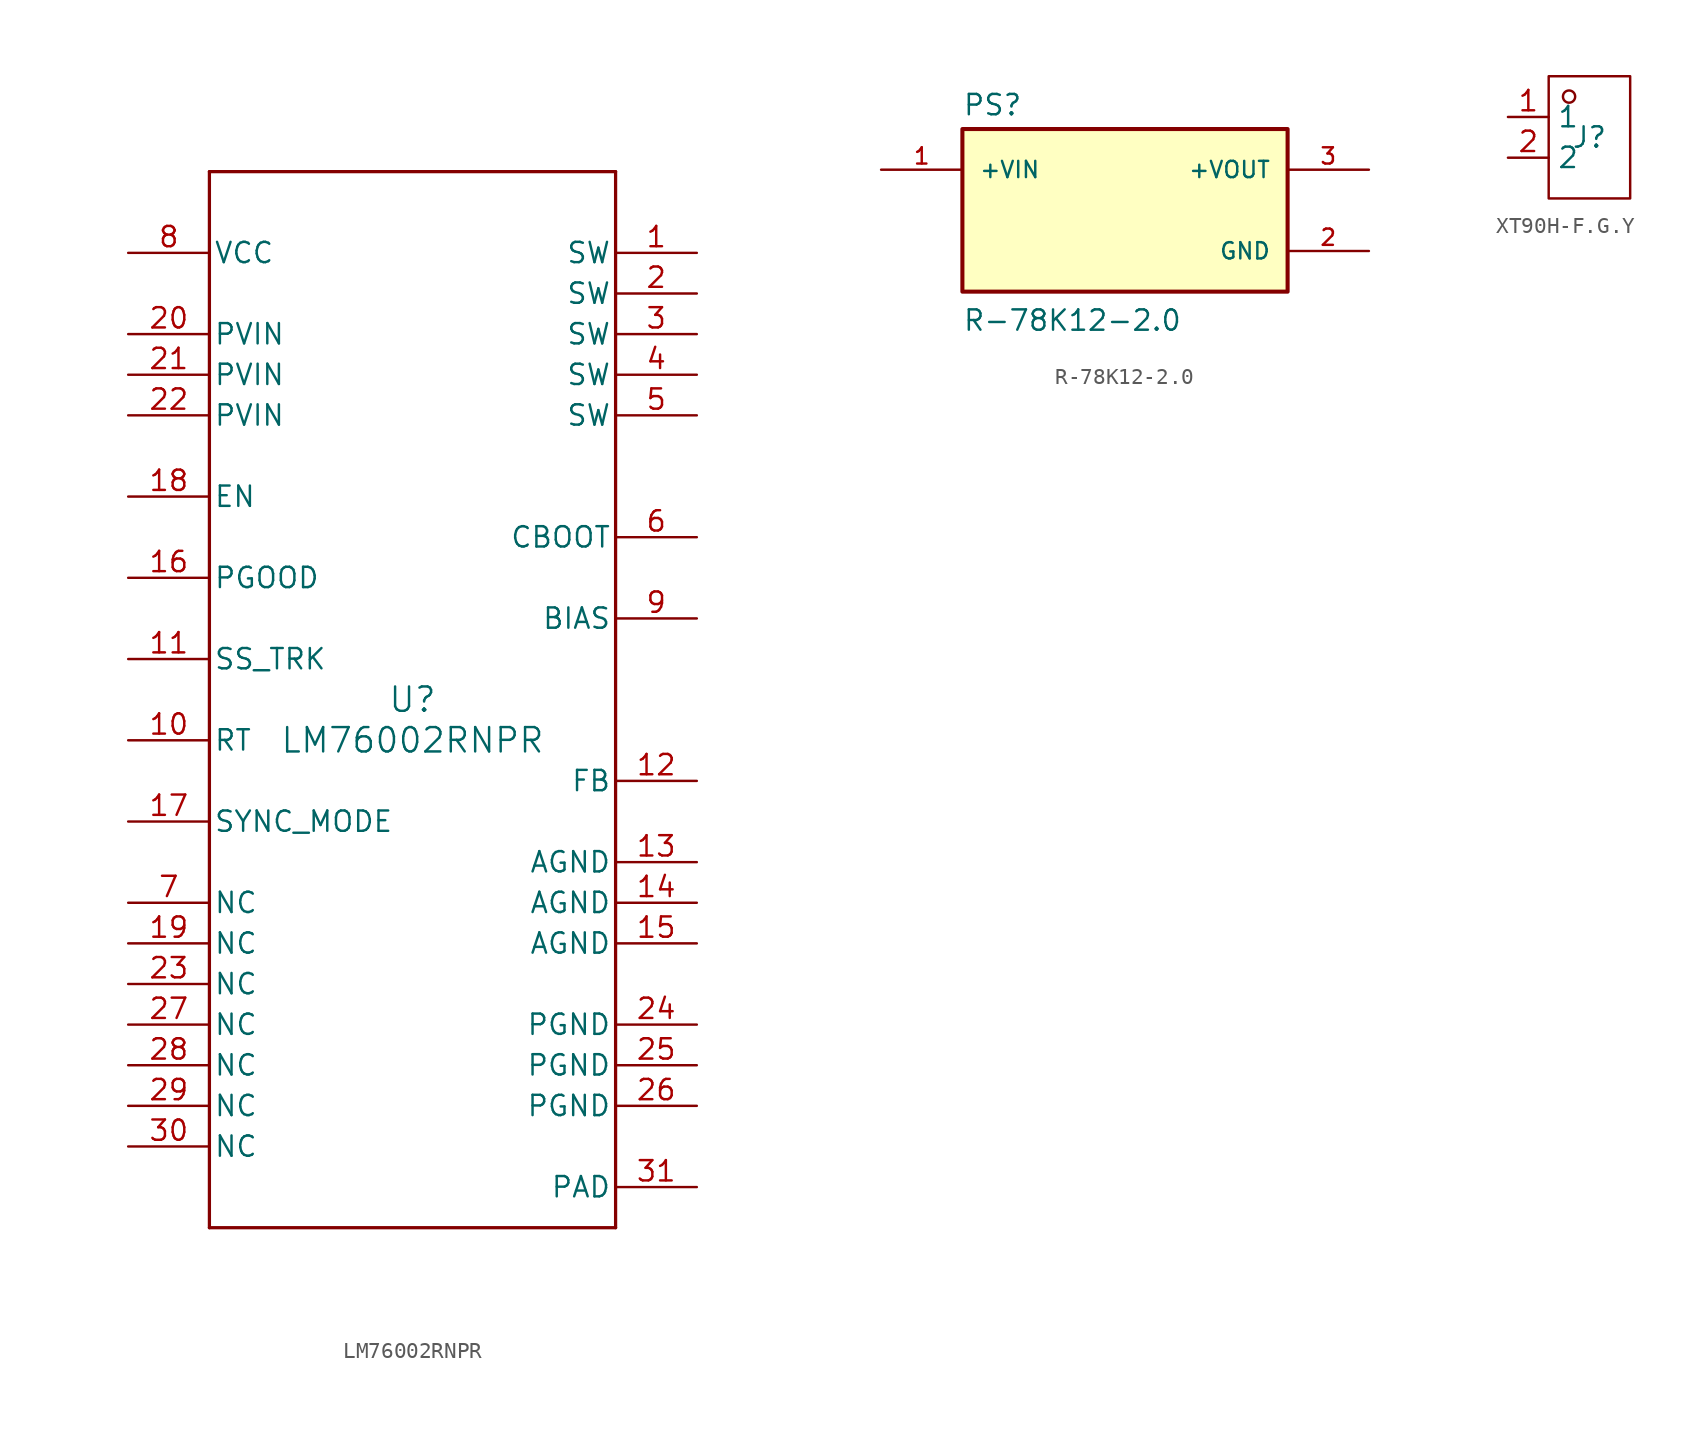
<source format=kicad_sym>
(kicad_symbol_lib
  (version 20241209)
  (generator "kicad_symbol_editor")
  (generator_version "9.0")
  (symbol "LM76002RNPR"
    (pin_names
      (offset 0.254))
    (property "Reference" "U"
      (at 0 2.54 0)
      (effects (font (size 1.524 1.524))))
    (property "Value" "LM76002RNPR"
      (at 0 0 0)
      (effects (font (size 1.524 1.524))))
    (property "ki_locked" ""
      (at 0 0 0)
      (effects (font (size 1.27 1.27))))
    (symbol "LM76002RNPR_0_1"
      (polyline (pts (xy -12.7 35.56) (xy -12.7 -30.48)) (stroke (width 0.203) (type default)) (fill (type none)))
      (polyline (pts (xy -12.7 -30.48) (xy 12.7 -30.48)) (stroke (width 0.203) (type default)) (fill (type none)))
      (polyline (pts (xy 12.7 35.56) (xy -12.7 35.56)) (stroke (width 0.203) (type default)) (fill (type none)))
      (polyline (pts (xy 12.7 -30.48) (xy 12.7 35.56)) (stroke (width 0.203) (type default)) (fill (type none)))
      (pin power_in line (at -17.78 30.48 0) (length 5.08) (name "VCC" (effects (font (size 1.27 1.27)))) (number "8" (effects (font (size 1.27 1.27)))))
      (pin power_in line (at -17.78 25.4 0) (length 5.08) (name "PVIN" (effects (font (size 1.27 1.27)))) (number "20" (effects (font (size 1.27 1.27)))))
      (pin power_in line (at -17.78 22.86 0) (length 5.08) (name "PVIN" (effects (font (size 1.27 1.27)))) (number "21" (effects (font (size 1.27 1.27)))))
      (pin power_in line (at -17.78 20.32 0) (length 5.08) (name "PVIN" (effects (font (size 1.27 1.27)))) (number "22" (effects (font (size 1.27 1.27)))))
      (pin input line (at -17.78 15.24 0) (length 5.08) (name "EN" (effects (font (size 1.27 1.27)))) (number "18" (effects (font (size 1.27 1.27)))))
      (pin open_collector line (at -17.78 10.16 0) (length 5.08) (name "PGOOD" (effects (font (size 1.27 1.27)))) (number "16" (effects (font (size 1.27 1.27)))))
      (pin input line (at -17.78 5.08 0) (length 5.08) (name "SS_TRK" (effects (font (size 1.27 1.27)))) (number "11" (effects (font (size 1.27 1.27)))))
      (pin input line (at -17.78 0 0) (length 5.08) (name "RT" (effects (font (size 1.27 1.27)))) (number "10" (effects (font (size 1.27 1.27)))))
      (pin input line (at -17.78 -5.08 0) (length 5.08) (name "SYNC_MODE" (effects (font (size 1.27 1.27)))) (number "17" (effects (font (size 1.27 1.27)))))
      (pin unspecified line (at -17.78 -10.16 0) (length 5.08) (name "NC" (effects (font (size 1.27 1.27)))) (number "7" (effects (font (size 1.27 1.27)))))
      (pin unspecified line (at -17.78 -12.7 0) (length 5.08) (name "NC" (effects (font (size 1.27 1.27)))) (number "19" (effects (font (size 1.27 1.27)))))
      (pin unspecified line (at -17.78 -15.24 0) (length 5.08) (name "NC" (effects (font (size 1.27 1.27)))) (number "23" (effects (font (size 1.27 1.27)))))
      (pin unspecified line (at -17.78 -17.78 0) (length 5.08) (name "NC" (effects (font (size 1.27 1.27)))) (number "27" (effects (font (size 1.27 1.27)))))
      (pin unspecified line (at -17.78 -20.32 0) (length 5.08) (name "NC" (effects (font (size 1.27 1.27)))) (number "28" (effects (font (size 1.27 1.27)))))
      (pin unspecified line (at -17.78 -22.86 0) (length 5.08) (name "NC" (effects (font (size 1.27 1.27)))) (number "29" (effects (font (size 1.27 1.27)))))
      (pin unspecified line (at -17.78 -25.4 0) (length 5.08) (name "NC" (effects (font (size 1.27 1.27)))) (number "30" (effects (font (size 1.27 1.27)))))
      (pin power_in line (at 17.78 30.48 180) (length 5.08) (name "SW" (effects (font (size 1.27 1.27)))) (number "1" (effects (font (size 1.27 1.27)))))
      (pin power_in line (at 17.78 27.94 180) (length 5.08) (name "SW" (effects (font (size 1.27 1.27)))) (number "2" (effects (font (size 1.27 1.27)))))
      (pin power_in line (at 17.78 25.4 180) (length 5.08) (name "SW" (effects (font (size 1.27 1.27)))) (number "3" (effects (font (size 1.27 1.27)))))
      (pin power_in line (at 17.78 22.86 180) (length 5.08) (name "SW" (effects (font (size 1.27 1.27)))) (number "4" (effects (font (size 1.27 1.27)))))
      (pin power_in line (at 17.78 20.32 180) (length 5.08) (name "SW" (effects (font (size 1.27 1.27)))) (number "5" (effects (font (size 1.27 1.27)))))
      (pin power_in line (at 17.78 12.7 180) (length 5.08) (name "CBOOT" (effects (font (size 1.27 1.27)))) (number "6" (effects (font (size 1.27 1.27)))))
      (pin unspecified line (at 17.78 7.62 180) (length 5.08) (name "BIAS" (effects (font (size 1.27 1.27)))) (number "9" (effects (font (size 1.27 1.27)))))
      (pin input line (at 17.78 -2.54 180) (length 5.08) (name "FB" (effects (font (size 1.27 1.27)))) (number "12" (effects (font (size 1.27 1.27)))))
      (pin power_in line (at 17.78 -7.62 180) (length 5.08) (name "AGND" (effects (font (size 1.27 1.27)))) (number "13" (effects (font (size 1.27 1.27)))))
      (pin power_in line (at 17.78 -10.16 180) (length 5.08) (name "AGND" (effects (font (size 1.27 1.27)))) (number "14" (effects (font (size 1.27 1.27)))))
      (pin power_in line (at 17.78 -12.7 180) (length 5.08) (name "AGND" (effects (font (size 1.27 1.27)))) (number "15" (effects (font (size 1.27 1.27)))))
      (pin power_in line (at 17.78 -17.78 180) (length 5.08) (name "PGND" (effects (font (size 1.27 1.27)))) (number "24" (effects (font (size 1.27 1.27)))))
      (pin power_in line (at 17.78 -20.32 180) (length 5.08) (name "PGND" (effects (font (size 1.27 1.27)))) (number "25" (effects (font (size 1.27 1.27)))))
      (pin power_in line (at 17.78 -22.86 180) (length 5.08) (name "PGND" (effects (font (size 1.27 1.27)))) (number "26" (effects (font (size 1.27 1.27)))))
      (pin power_in line (at 17.78 -27.94 180) (length 5.08) (name "PAD" (effects (font (size 1.27 1.27)))) (number "31" (effects (font (size 1.27 1.27)))))))
  (symbol "R-78K12-2.0"
    (pin_names
      (offset 1.016))
    (property "Reference" "PS"
      (at -10.16 5.842 0)
      (effects (font (size 1.27 1.27)) (justify left bottom)))
    (property "Value" "R-78K12-2.0"
      (at -10.16 -7.62 0)
      (effects (font (size 1.27 1.27)) (justify left bottom)))
    (symbol "R-78K12-2.0_0_0"
      (rectangle (start -10.16 5.08) (end 10.16 -5.08) (stroke (width 0.254) (type default)) (fill (type background)))
      (pin input line (at -15.24 2.54 0) (length 5.08) (name "+VIN" (effects (font (size 1.016 1.016)))) (number "1" (effects (font (size 1.016 1.016)))))
      (pin output line (at 15.24 2.54 180) (length 5.08) (name "+VOUT" (effects (font (size 1.016 1.016)))) (number "3" (effects (font (size 1.016 1.016)))))
      (pin power_in line (at 15.24 -2.54 180) (length 5.08) (name "GND" (effects (font (size 1.016 1.016)))) (number "2" (effects (font (size 1.016 1.016)))))))
  (symbol "XT90H-F.G.Y"
    (property "Reference" "J"
      (at 0 0 0)
      (effects (font (size 1.27 1.27))))
    (property "Value" ""
      (at 0 0 0)
      (effects (font (size 1.27 1.27))))
    (symbol "XT90H-F.G.Y_1_0"
      (rectangle (start -2.54 3.81) (end 2.54 -3.81) (stroke (width 0) (type default)) (fill (type none)))
      (circle (center -1.27 2.54) (radius 0.381) (stroke (width 0) (type default)) (fill (type none)))
      (pin passive line (at -5.08 1.27 0) (length 2.54) (name "1" (effects (font (size 1.27 1.27)))) (number "1" (effects (font (size 1.27 1.27)))))
      (pin passive line (at -5.08 -1.27 0) (length 2.54) (name "2" (effects (font (size 1.27 1.27)))) (number "2" (effects (font (size 1.27 1.27))))))))
</source>
